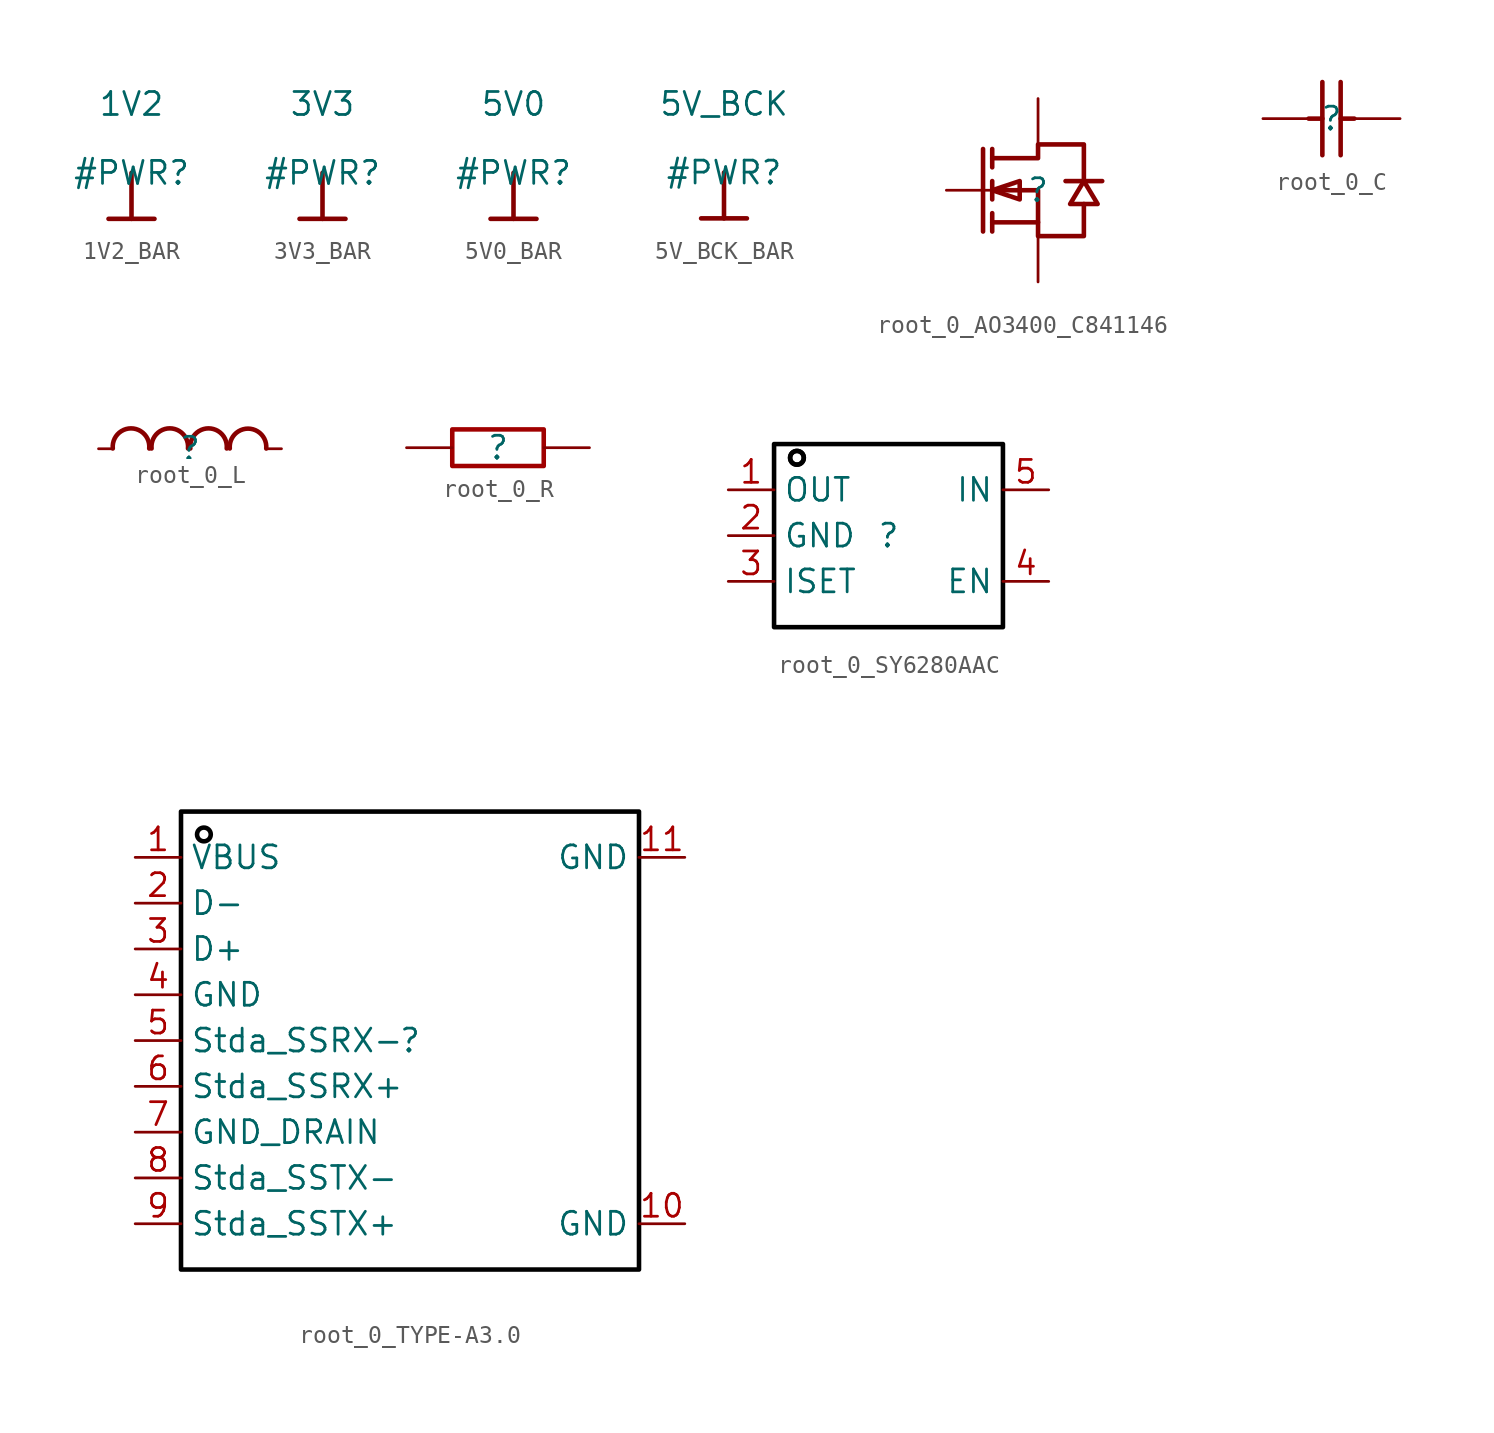
<source format=kicad_sym>
(kicad_symbol_lib
  (version 20231120)
  (generator "kicad_symbol_editor")
  (generator_version "8.0")
  (symbol "1V2_BAR"
    (power)
    (property "Reference" "#PWR"
      (at 0 0 0)
      (effects (font (size 1.27 1.27))))
    (property "Value" "1V2"
      (at 0 3.81 0)
      (effects (font (size 1.27 1.27))))
    (symbol "1V2_BAR_0_0"
      (polyline (pts (xy -1.27 -2.54) (xy 1.27 -2.54)) (stroke (width 0.254) (type solid)) (fill (type none)))
      (polyline (pts (xy 0 0) (xy 0 -2.54)) (stroke (width 0.254) (type solid)) (fill (type none)))
      (pin power_in line (at 0 0 0) (length 0) hide (name "1V2" (effects (font (size 1.27 1.27)))) (number "" (effects (font (size 1.27 1.27)))))))
  (symbol "3V3_BAR"
    (power)
    (property "Reference" "#PWR"
      (at 0 0 0)
      (effects (font (size 1.27 1.27))))
    (property "Value" "3V3"
      (at 0 3.81 0)
      (effects (font (size 1.27 1.27))))
    (symbol "3V3_BAR_0_0"
      (polyline (pts (xy -1.27 -2.54) (xy 1.27 -2.54)) (stroke (width 0.254) (type solid)) (fill (type none)))
      (polyline (pts (xy 0 0) (xy 0 -2.54)) (stroke (width 0.254) (type solid)) (fill (type none)))
      (pin power_in line (at 0 0 0) (length 0) hide (name "3V3" (effects (font (size 1.27 1.27)))) (number "" (effects (font (size 1.27 1.27)))))))
  (symbol "5V0_BAR"
    (power)
    (property "Reference" "#PWR"
      (at 0 0 0)
      (effects (font (size 1.27 1.27))))
    (property "Value" "5V0"
      (at 0 3.81 0)
      (effects (font (size 1.27 1.27))))
    (symbol "5V0_BAR_0_0"
      (polyline (pts (xy -1.27 -2.54) (xy 1.27 -2.54)) (stroke (width 0.254) (type solid)) (fill (type none)))
      (polyline (pts (xy 0 0) (xy 0 -2.54)) (stroke (width 0.254) (type solid)) (fill (type none)))
      (pin power_in line (at 0 0 0) (length 0) hide (name "5V0" (effects (font (size 1.27 1.27)))) (number "" (effects (font (size 1.27 1.27)))))))
  (symbol "5V_BCK_BAR"
    (power)
    (property "Reference" "#PWR"
      (at 0 0 0)
      (effects (font (size 1.27 1.27))))
    (property "Value" "5V_BCK"
      (at 0 3.81 0)
      (effects (font (size 1.27 1.27))))
    (symbol "5V_BCK_BAR_0_0"
      (polyline (pts (xy -1.27 -2.54) (xy 1.27 -2.54)) (stroke (width 0.254) (type solid)) (fill (type none)))
      (polyline (pts (xy 0 0) (xy 0 -2.54)) (stroke (width 0.254) (type solid)) (fill (type none)))
      (pin power_in line (at 0 0 0) (length 0) hide (name "5V_BCK" (effects (font (size 1.27 1.27)))) (number "" (effects (font (size 1.27 1.27)))))))
  (symbol "root_0_AO3400_C841146"
    (property "Reference" ""
      (at 0 0 0)
      (effects (font (size 1.27 1.27))))
    (property "Value" ""
      (at 0 0 0)
      (effects (font (size 1.27 1.27))))
    (symbol "root_0_AO3400_C841146_1_0"
      (polyline (pts (xy -3.048 2.286) (xy -3.048 -2.286)) (stroke (width 0.254) (type solid) (color 136 0 0 1)) (fill (type none)))
      (polyline (pts (xy -2.54 -2.286) (xy -2.54 -1.27)) (stroke (width 0.254) (type solid) (color 136 0 0 1)) (fill (type none)))
      (polyline (pts (xy -2.54 -0.508) (xy -2.54 0.508)) (stroke (width 0.254) (type solid) (color 136 0 0 1)) (fill (type none)))
      (polyline (pts (xy -2.54 2.286) (xy -2.54 1.27)) (stroke (width 0.254) (type solid) (color 136 0 0 1)) (fill (type none)))
      (polyline (pts (xy 0 -1.778) (xy -2.54 -1.778)) (stroke (width 0.254) (type solid) (color 136 0 0 1)) (fill (type none)))
      (polyline (pts (xy -2.54 0) (xy -1.016 -0.508) (xy -1.016 -0.508) (xy -1.016 0.508) (xy -1.016 0.508) (xy -2.54 0)) (stroke (width 0.254) (type solid) (color 136 0 0 1)) (fill (type none)))
      (polyline (pts (xy 2.54 0.508) (xy 1.778 -0.762) (xy 1.778 -0.762) (xy 3.302 -0.762) (xy 3.302 -0.762) (xy 2.54 0.508)) (stroke (width 0.254) (type solid) (color 136 0 0 1)) (fill (type none)))
      (polyline (pts (xy 3.556 0.508) (xy 3.048 0.508) (xy 3.048 0.508) (xy 2.032 0.508) (xy 2.032 0.508) (xy 1.524 0.508)) (stroke (width 0.254) (type solid) (color 136 0 0 1)) (fill (type none)))
      (polyline (pts (xy -2.54 0) (xy 0 0) (xy 0 0) (xy 0 -2.54) (xy 0 -2.54) (xy 2.54 -2.54) (xy 2.54 -2.54) (xy 2.54 -0.762)) (stroke (width 0.254) (type solid) (color 136 0 0 1)) (fill (type none)))
      (polyline (pts (xy -2.54 1.778) (xy 0 1.778) (xy 0 1.778) (xy 0 2.54) (xy 0 2.54) (xy 2.54 2.54) (xy 2.54 2.54) (xy 2.54 0.508)) (stroke (width 0.254) (type solid) (color 136 0 0 1)) (fill (type none)))
      (pin passive line (at -5.08 0 0) (length 2.54) (name "G" (effects (font (size 0 0)))) (number "1" (effects (font (size 0 0)))))
      (pin passive line (at 0 -5.08 90) (length 2.54) (name "S" (effects (font (size 0 0)))) (number "2" (effects (font (size 0 0)))))
      (pin passive line (at 0 5.08 270) (length 2.54) (name "D" (effects (font (size 0 0)))) (number "3" (effects (font (size 0 0)))))))
  (symbol "root_0_C"
    (property "Reference" ""
      (at 0 0 0)
      (effects (font (size 1.27 1.27))))
    (property "Value" ""
      (at 0 0 0)
      (effects (font (size 1.27 1.27))))
    (symbol "root_0_C_1_0"
      (polyline (pts (xy -1.27 0) (xy -0.508 0)) (stroke (width 0.254) (type solid) (color 136 0 0 1)) (fill (type none)))
      (polyline (pts (xy -0.508 2.032) (xy -0.508 -2.032)) (stroke (width 0.254) (type solid) (color 136 0 0 1)) (fill (type none)))
      (polyline (pts (xy 0.508 0) (xy 1.27 0)) (stroke (width 0.254) (type solid) (color 136 0 0 1)) (fill (type none)))
      (polyline (pts (xy 0.508 2.032) (xy 0.508 -2.032)) (stroke (width 0.254) (type solid) (color 136 0 0 1)) (fill (type none)))
      (pin passive line (at -3.81 0 0) (length 2.54) (name "1" (effects (font (size 0 0)))) (number "1" (effects (font (size 0 0)))))
      (pin passive line (at 3.81 0 180) (length 2.54) (name "2" (effects (font (size 0 0)))) (number "2" (effects (font (size 0 0)))))))
  (symbol "root_0_L"
    (property "Reference" ""
      (at 0 0 0)
      (effects (font (size 1.27 1.27))))
    (property "Value" ""
      (at 0 0 0)
      (effects (font (size 1.27 1.27))))
    (symbol "root_0_L_1_0"
      (arc (start -2.2652 0.0132) (mid -3.2746 1.132) (end -4.2871 0.0159) (stroke (width 0.254) (type solid) (color 136 0 0 1)) (fill (type none)))
      (arc (start -0.1121 0.0155) (mid -1.123 1.133) (end -2.1339 0.0156) (stroke (width 0.254) (type solid) (color 136 0 0 1)) (fill (type none)))
      (arc (start 2.0399 0.0155) (mid 1.029 1.133) (end 0.0181 0.0156) (stroke (width 0.254) (type solid) (color 136 0 0 1)) (fill (type none)))
      (arc (start 4.2341 0.0128) (mid 3.2233 1.118) (end 2.2097 0.0154) (stroke (width 0.254) (type solid) (color 136 0 0 1)) (fill (type none)))
      (pin passive line (at -5.08 0 0) (length 0.762) (name "1" (effects (font (size 0 0)))) (number "1" (effects (font (size 0 0)))))
      (pin passive line (at 5.08 0 180) (length 0.762) (name "2" (effects (font (size 0 0)))) (number "2" (effects (font (size 0 0)))))))
  (symbol "root_0_R"
    (property "Reference" ""
      (at 0 0 0)
      (effects (font (size 1.27 1.27))))
    (property "Value" ""
      (at 0 0 0)
      (effects (font (size 1.27 1.27))))
    (symbol "root_0_R_1_0"
      (rectangle (start -2.54 1.016) (end 2.54 -1.016) (stroke (width 0.254) (type solid) (color 160 0 0 1)) (fill (type none)))
      (pin passive line (at -5.08 0 0) (length 2.54) (name "1" (effects (font (size 0 0)))) (number "1" (effects (font (size 0 0)))))
      (pin passive line (at 5.08 0 180) (length 2.54) (name "2" (effects (font (size 0 0)))) (number "2" (effects (font (size 0 0)))))))
  (symbol "root_0_SY6280AAC"
    (property "Reference" ""
      (at 0 0 0)
      (effects (font (size 1.27 1.27))))
    (property "Value" ""
      (at 0 0 0)
      (effects (font (size 1.27 1.27))))
    (symbol "root_0_SY6280AAC_1_0"
      (rectangle (start -6.35 5.08) (end 6.35 -5.08) (stroke (width 0.254) (type solid) (color 0 0 0 1)) (fill (type none)))
      (circle (center -5.08 4.318) (radius 0.381) (stroke (width 0.254) (type solid) (color 0 0 0 1)) (fill (type none)))
      (circle (center -5.08 4.318) (radius 0.381) (stroke (width 0.254) (type solid) (color 0 0 0 1)) (fill (type none)))
      (pin passive line (at -8.89 2.54 0) (length 2.54) (name "OUT" (effects (font (size 1.27 1.27)))) (number "1" (effects (font (size 1.27 1.27)))))
      (pin passive line (at -8.89 0 0) (length 2.54) (name "GND" (effects (font (size 1.27 1.27)))) (number "2" (effects (font (size 1.27 1.27)))))
      (pin passive line (at -8.89 -2.54 0) (length 2.54) (name "ISET" (effects (font (size 1.27 1.27)))) (number "3" (effects (font (size 1.27 1.27)))))
      (pin passive line (at 8.89 -2.54 180) (length 2.54) (name "EN" (effects (font (size 1.27 1.27)))) (number "4" (effects (font (size 1.27 1.27)))))
      (pin passive line (at 8.89 2.54 180) (length 2.54) (name "IN" (effects (font (size 1.27 1.27)))) (number "5" (effects (font (size 1.27 1.27)))))))
  (symbol "root_0_TYPE-A3.0"
    (property "Reference" ""
      (at 0 0 0)
      (effects (font (size 1.27 1.27))))
    (property "Value" ""
      (at 0 0 0)
      (effects (font (size 1.27 1.27))))
    (symbol "root_0_TYPE-A3.0_1_0"
      (rectangle (start -12.7 12.7) (end 12.7 -12.7) (stroke (width 0.254) (type solid) (color 0 0 0 1)) (fill (type none)))
      (circle (center -11.43 11.43) (radius 0.381) (stroke (width 0.254) (type solid) (color 0 0 0 1)) (fill (type none)))
      (pin passive line (at -15.24 10.16 0) (length 2.54) (name "VBUS" (effects (font (size 1.27 1.27)))) (number "1" (effects (font (size 1.27 1.27)))))
      (pin passive line (at 15.24 -10.16 180) (length 2.54) (name "GND" (effects (font (size 1.27 1.27)))) (number "10" (effects (font (size 1.27 1.27)))))
      (pin passive line (at 15.24 10.16 180) (length 2.54) (name "GND" (effects (font (size 1.27 1.27)))) (number "11" (effects (font (size 1.27 1.27)))))
      (pin passive line (at -15.24 7.62 0) (length 2.54) (name "D-" (effects (font (size 1.27 1.27)))) (number "2" (effects (font (size 1.27 1.27)))))
      (pin passive line (at -15.24 5.08 0) (length 2.54) (name "D+" (effects (font (size 1.27 1.27)))) (number "3" (effects (font (size 1.27 1.27)))))
      (pin passive line (at -15.24 2.54 0) (length 2.54) (name "GND" (effects (font (size 1.27 1.27)))) (number "4" (effects (font (size 1.27 1.27)))))
      (pin passive line (at -15.24 0 0) (length 2.54) (name "Stda_SSRX-" (effects (font (size 1.27 1.27)))) (number "5" (effects (font (size 1.27 1.27)))))
      (pin passive line (at -15.24 -2.54 0) (length 2.54) (name "Stda_SSRX+" (effects (font (size 1.27 1.27)))) (number "6" (effects (font (size 1.27 1.27)))))
      (pin passive line (at -15.24 -5.08 0) (length 2.54) (name "GND_DRAIN" (effects (font (size 1.27 1.27)))) (number "7" (effects (font (size 1.27 1.27)))))
      (pin passive line (at -15.24 -7.62 0) (length 2.54) (name "Stda_SSTX-" (effects (font (size 1.27 1.27)))) (number "8" (effects (font (size 1.27 1.27)))))
      (pin passive line (at -15.24 -10.16 0) (length 2.54) (name "Stda_SSTX+" (effects (font (size 1.27 1.27)))) (number "9" (effects (font (size 1.27 1.27))))))))
</source>
